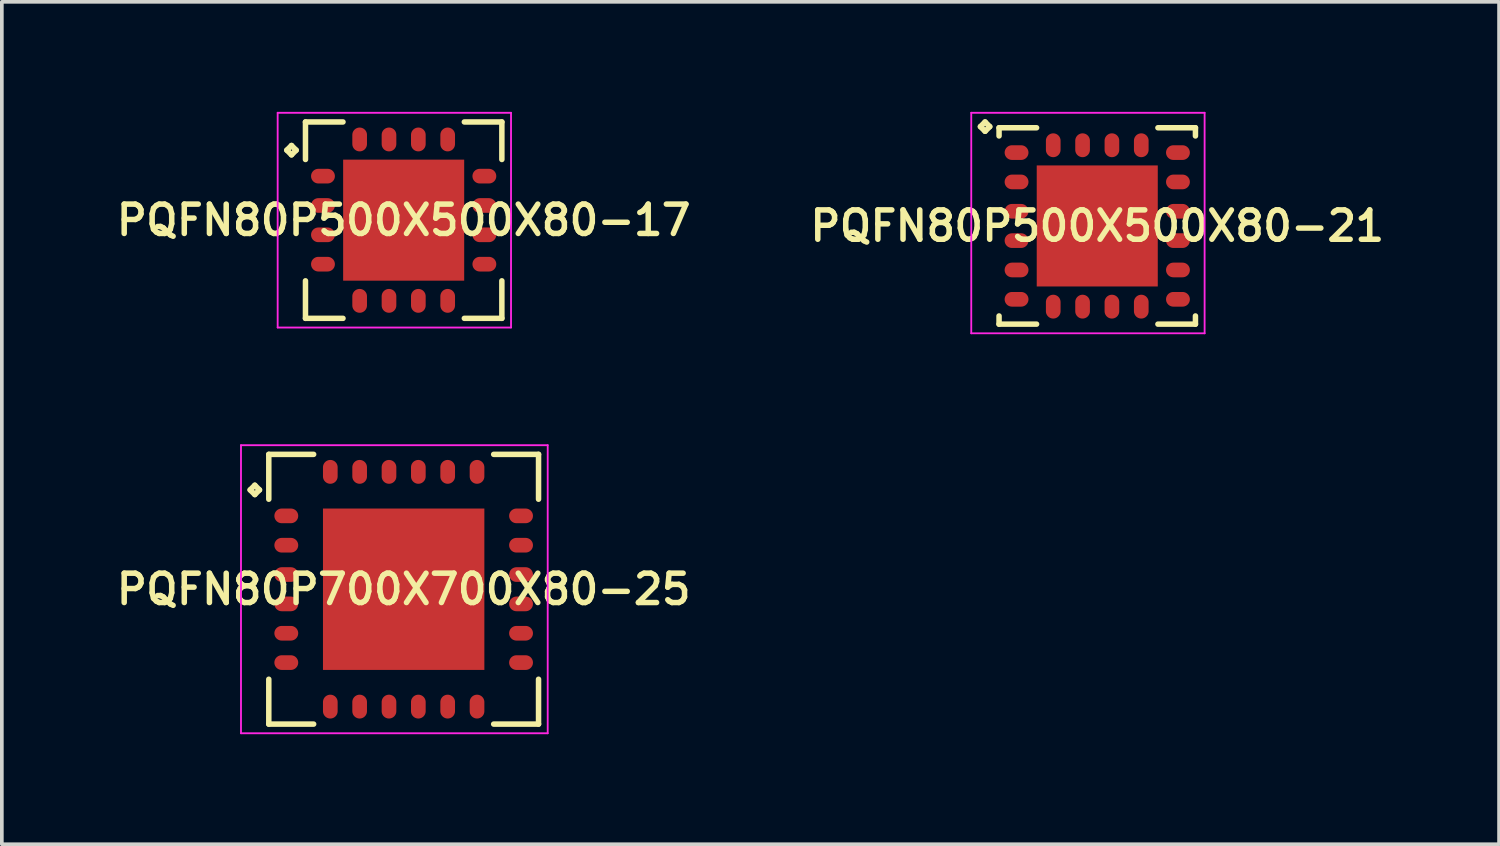
<source format=kicad_pcb>
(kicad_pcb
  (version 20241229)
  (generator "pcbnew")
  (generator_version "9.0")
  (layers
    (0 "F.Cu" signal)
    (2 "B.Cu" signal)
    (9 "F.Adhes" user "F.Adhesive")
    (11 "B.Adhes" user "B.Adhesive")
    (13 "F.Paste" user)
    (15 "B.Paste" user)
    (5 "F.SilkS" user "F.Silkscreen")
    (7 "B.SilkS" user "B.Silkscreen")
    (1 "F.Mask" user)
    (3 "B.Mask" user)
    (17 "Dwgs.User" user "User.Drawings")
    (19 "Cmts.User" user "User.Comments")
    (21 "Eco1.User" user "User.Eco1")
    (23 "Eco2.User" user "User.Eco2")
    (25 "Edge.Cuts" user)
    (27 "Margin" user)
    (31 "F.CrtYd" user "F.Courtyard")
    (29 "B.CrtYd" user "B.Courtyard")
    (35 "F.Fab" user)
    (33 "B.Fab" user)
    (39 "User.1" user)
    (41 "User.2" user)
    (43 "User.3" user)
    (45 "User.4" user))
  (footprint "PQFN80P500X500X80-21"
    (layer "F.Cu")
    (at 26.864 3.11)
    (property "Reference" "PQFN80P500X500X80-21" (at 0 0 0) (layer "F.SilkS") (effects (font (size 0.8 0.8) (thickness 0.15))))
    (attr smd)
    (fp_line (start -3.185 -2.708) (end -3.058 -2.835) (stroke (width 0.15) (type solid)) (layer "F.SilkS"))
    (fp_line (start -3.058 -2.835) (end -2.931 -2.708) (stroke (width 0.15) (type solid)) (layer "F.SilkS"))
    (fp_line (start -3.058 -2.581) (end -3.185 -2.708) (stroke (width 0.15) (type solid)) (layer "F.SilkS"))
    (fp_line (start -2.931 -2.708) (end -3.058 -2.581) (stroke (width 0.15) (type solid)) (layer "F.SilkS"))
    (fp_line (start -2.677 -2.677) (end -1.654 -2.677) (stroke (width 0.15) (type solid)) (layer "F.SilkS"))
    (fp_line (start -2.677 -2.454) (end -2.677 -2.677) (stroke (width 0.15) (type solid)) (layer "F.SilkS"))
    (fp_line (start -2.677 2.454) (end -2.677 2.677) (stroke (width 0.15) (type solid)) (layer "F.SilkS"))
    (fp_line (start -2.677 2.677) (end -1.654 2.677) (stroke (width 0.15) (type solid)) (layer "F.SilkS"))
    (fp_line (start 1.654 -2.677) (end 2.677 -2.677) (stroke (width 0.15) (type solid)) (layer "F.SilkS"))
    (fp_line (start 1.654 2.677) (end 2.677 2.677) (stroke (width 0.15) (type solid)) (layer "F.SilkS"))
    (fp_line (start 2.677 -2.677) (end 2.677 -2.454) (stroke (width 0.15) (type solid)) (layer "F.SilkS"))
    (fp_line (start 2.677 2.677) (end 2.677 2.454) (stroke (width 0.15) (type solid)) (layer "F.SilkS"))
    (fp_line (start -3.435 -3.085) (end 2.927 -3.085) (stroke (width 0.05) (type solid)) (layer "F.CrtYd"))
    (fp_line (start -3.435 2.927) (end -3.435 -3.085) (stroke (width 0.05) (type solid)) (layer "F.CrtYd"))
    (fp_line (start 2.927 -3.085) (end 2.927 2.927) (stroke (width 0.05) (type solid)) (layer "F.CrtYd"))
    (fp_line (start 2.927 2.927) (end -3.435 2.927) (stroke (width 0.05) (type solid)) (layer "F.CrtYd"))
    (pad "1" smd oval (at -2.2 -2) (size 0.65 0.4) (layers "F.Cu" "F.Mask" "F.Paste"))
    (pad "2" smd oval (at -2.2 -1.2) (size 0.65 0.4) (layers "F.Cu" "F.Mask" "F.Paste"))
    (pad "3" smd oval (at -2.2 -0.4) (size 0.65 0.4) (layers "F.Cu" "F.Mask" "F.Paste"))
    (pad "4" smd oval (at -2.2 0.4) (size 0.65 0.4) (layers "F.Cu" "F.Mask" "F.Paste"))
    (pad "5" smd oval (at -2.2 1.2) (size 0.65 0.4) (layers "F.Cu" "F.Mask" "F.Paste"))
    (pad "6" smd oval (at -2.2 2) (size 0.65 0.4) (layers "F.Cu" "F.Mask" "F.Paste"))
    (pad "7" smd oval (at -1.2 2.2) (size 0.4 0.65) (layers "F.Cu" "F.Mask" "F.Paste"))
    (pad "8" smd oval (at -0.4 2.2) (size 0.4 0.65) (layers "F.Cu" "F.Mask" "F.Paste"))
    (pad "9" smd oval (at 0.4 2.2) (size 0.4 0.65) (layers "F.Cu" "F.Mask" "F.Paste"))
    (pad "10" smd oval (at 1.2 2.2) (size 0.4 0.65) (layers "F.Cu" "F.Mask" "F.Paste"))
    (pad "11" smd oval (at 2.2 2) (size 0.65 0.4) (layers "F.Cu" "F.Mask" "F.Paste"))
    (pad "12" smd oval (at 2.2 1.2) (size 0.65 0.4) (layers "F.Cu" "F.Mask" "F.Paste"))
    (pad "13" smd oval (at 2.2 0.4) (size 0.65 0.4) (layers "F.Cu" "F.Mask" "F.Paste"))
    (pad "14" smd oval (at 2.2 -0.4) (size 0.65 0.4) (layers "F.Cu" "F.Mask" "F.Paste"))
    (pad "15" smd oval (at 2.2 -1.2) (size 0.65 0.4) (layers "F.Cu" "F.Mask" "F.Paste"))
    (pad "16" smd oval (at 2.2 -2) (size 0.65 0.4) (layers "F.Cu" "F.Mask" "F.Paste"))
    (pad "17" smd oval (at 1.2 -2.2) (size 0.4 0.65) (layers "F.Cu" "F.Mask" "F.Paste"))
    (pad "18" smd oval (at 0.4 -2.2) (size 0.4 0.65) (layers "F.Cu" "F.Mask" "F.Paste"))
    (pad "19" smd oval (at -0.4 -2.2) (size 0.4 0.65) (layers "F.Cu" "F.Mask" "F.Paste"))
    (pad "20" smd oval (at -1.2 -2.2) (size 0.4 0.65) (layers "F.Cu" "F.Mask" "F.Paste"))
    (pad "21" smd rect (at 0 0) (size 3.3 3.3) (layers "F.Cu" "F.Mask" "F.Paste")))
  (footprint "PQFN80P700X700X80-25"
    (layer "F.Cu")
    (at 7.955 13.014)
    (property "Reference" "PQFN80P700X700X80-25" (at 0 0 0) (layer "F.SilkS") (effects (font (size 0.8 0.8) (thickness 0.15))))
    (attr smd)
    (fp_line (start -4.185 -2.708) (end -4.058 -2.835) (stroke (width 0.15) (type solid)) (layer "F.SilkS"))
    (fp_line (start -4.058 -2.835) (end -3.931 -2.708) (stroke (width 0.15) (type solid)) (layer "F.SilkS"))
    (fp_line (start -4.058 -2.581) (end -4.185 -2.708) (stroke (width 0.15) (type solid)) (layer "F.SilkS"))
    (fp_line (start -3.931 -2.708) (end -4.058 -2.581) (stroke (width 0.15) (type solid)) (layer "F.SilkS"))
    (fp_line (start -3.677 -3.677) (end -2.454 -3.677) (stroke (width 0.15) (type solid)) (layer "F.SilkS"))
    (fp_line (start -3.677 -2.454) (end -3.677 -3.677) (stroke (width 0.15) (type solid)) (layer "F.SilkS"))
    (fp_line (start -3.677 2.454) (end -3.677 3.677) (stroke (width 0.15) (type solid)) (layer "F.SilkS"))
    (fp_line (start -3.677 3.677) (end -2.454 3.677) (stroke (width 0.15) (type solid)) (layer "F.SilkS"))
    (fp_line (start 2.454 -3.677) (end 3.677 -3.677) (stroke (width 0.15) (type solid)) (layer "F.SilkS"))
    (fp_line (start 2.454 3.677) (end 3.677 3.677) (stroke (width 0.15) (type solid)) (layer "F.SilkS"))
    (fp_line (start 3.677 -3.677) (end 3.677 -2.454) (stroke (width 0.15) (type solid)) (layer "F.SilkS"))
    (fp_line (start 3.677 3.677) (end 3.677 2.454) (stroke (width 0.15) (type solid)) (layer "F.SilkS"))
    (fp_line (start -4.435 -3.927) (end 3.927 -3.927) (stroke (width 0.05) (type solid)) (layer "F.CrtYd"))
    (fp_line (start -4.435 3.927) (end -4.435 -3.927) (stroke (width 0.05) (type solid)) (layer "F.CrtYd"))
    (fp_line (start 3.927 -3.927) (end 3.927 3.927) (stroke (width 0.05) (type solid)) (layer "F.CrtYd"))
    (fp_line (start 3.927 3.927) (end -4.435 3.927) (stroke (width 0.05) (type solid)) (layer "F.CrtYd"))
    (pad "1" smd oval (at -3.2 -2) (size 0.65 0.4) (layers "F.Cu" "F.Mask" "F.Paste"))
    (pad "2" smd oval (at -3.2 -1.2) (size 0.65 0.4) (layers "F.Cu" "F.Mask" "F.Paste"))
    (pad "3" smd oval (at -3.2 -0.4) (size 0.65 0.4) (layers "F.Cu" "F.Mask" "F.Paste"))
    (pad "4" smd oval (at -3.2 0.4) (size 0.65 0.4) (layers "F.Cu" "F.Mask" "F.Paste"))
    (pad "5" smd oval (at -3.2 1.2) (size 0.65 0.4) (layers "F.Cu" "F.Mask" "F.Paste"))
    (pad "6" smd oval (at -3.2 2) (size 0.65 0.4) (layers "F.Cu" "F.Mask" "F.Paste"))
    (pad "7" smd oval (at -2 3.2) (size 0.4 0.65) (layers "F.Cu" "F.Mask" "F.Paste"))
    (pad "8" smd oval (at -1.2 3.2) (size 0.4 0.65) (layers "F.Cu" "F.Mask" "F.Paste"))
    (pad "9" smd oval (at -0.4 3.2) (size 0.4 0.65) (layers "F.Cu" "F.Mask" "F.Paste"))
    (pad "10" smd oval (at 0.4 3.2) (size 0.4 0.65) (layers "F.Cu" "F.Mask" "F.Paste"))
    (pad "11" smd oval (at 1.2 3.2) (size 0.4 0.65) (layers "F.Cu" "F.Mask" "F.Paste"))
    (pad "12" smd oval (at 2 3.2) (size 0.4 0.65) (layers "F.Cu" "F.Mask" "F.Paste"))
    (pad "13" smd oval (at 3.2 2) (size 0.65 0.4) (layers "F.Cu" "F.Mask" "F.Paste"))
    (pad "14" smd oval (at 3.2 1.2) (size 0.65 0.4) (layers "F.Cu" "F.Mask" "F.Paste"))
    (pad "15" smd oval (at 3.2 0.4) (size 0.65 0.4) (layers "F.Cu" "F.Mask" "F.Paste"))
    (pad "16" smd oval (at 3.2 -0.4) (size 0.65 0.4) (layers "F.Cu" "F.Mask" "F.Paste"))
    (pad "17" smd oval (at 3.2 -1.2) (size 0.65 0.4) (layers "F.Cu" "F.Mask" "F.Paste"))
    (pad "18" smd oval (at 3.2 -2) (size 0.65 0.4) (layers "F.Cu" "F.Mask" "F.Paste"))
    (pad "19" smd oval (at 2 -3.2) (size 0.4 0.65) (layers "F.Cu" "F.Mask" "F.Paste"))
    (pad "20" smd oval (at 1.2 -3.2) (size 0.4 0.65) (layers "F.Cu" "F.Mask" "F.Paste"))
    (pad "21" smd oval (at 0.4 -3.2) (size 0.4 0.65) (layers "F.Cu" "F.Mask" "F.Paste"))
    (pad "22" smd oval (at -0.4 -3.2) (size 0.4 0.65) (layers "F.Cu" "F.Mask" "F.Paste"))
    (pad "23" smd oval (at -1.2 -3.2) (size 0.4 0.65) (layers "F.Cu" "F.Mask" "F.Paste"))
    (pad "24" smd oval (at -2 -3.2) (size 0.4 0.65) (layers "F.Cu" "F.Mask" "F.Paste"))
    (pad "25" smd rect (at 0 0) (size 4.4 4.4) (layers "F.Cu" "F.Mask" "F.Paste")))
  (footprint "PQFN80P500X500X80-17"
    (layer "F.Cu")
    (at 7.955 2.952)
    (property "Reference" "PQFN80P500X500X80-17" (at 0 0 0) (layer "F.SilkS") (effects (font (size 0.8 0.8) (thickness 0.15))))
    (attr smd)
    (fp_line (start -3.185 -1.908) (end -3.058 -2.035) (stroke (width 0.15) (type solid)) (layer "F.SilkS"))
    (fp_line (start -3.058 -2.035) (end -2.931 -1.908) (stroke (width 0.15) (type solid)) (layer "F.SilkS"))
    (fp_line (start -3.058 -1.781) (end -3.185 -1.908) (stroke (width 0.15) (type solid)) (layer "F.SilkS"))
    (fp_line (start -2.931 -1.908) (end -3.058 -1.781) (stroke (width 0.15) (type solid)) (layer "F.SilkS"))
    (fp_line (start -2.677 -2.677) (end -1.654 -2.677) (stroke (width 0.15) (type solid)) (layer "F.SilkS"))
    (fp_line (start -2.677 -1.654) (end -2.677 -2.677) (stroke (width 0.15) (type solid)) (layer "F.SilkS"))
    (fp_line (start -2.677 1.654) (end -2.677 2.677) (stroke (width 0.15) (type solid)) (layer "F.SilkS"))
    (fp_line (start -2.677 2.677) (end -1.654 2.677) (stroke (width 0.15) (type solid)) (layer "F.SilkS"))
    (fp_line (start 1.654 -2.677) (end 2.677 -2.677) (stroke (width 0.15) (type solid)) (layer "F.SilkS"))
    (fp_line (start 1.654 2.677) (end 2.677 2.677) (stroke (width 0.15) (type solid)) (layer "F.SilkS"))
    (fp_line (start 2.677 -2.677) (end 2.677 -1.654) (stroke (width 0.15) (type solid)) (layer "F.SilkS"))
    (fp_line (start 2.677 2.677) (end 2.677 1.654) (stroke (width 0.15) (type solid)) (layer "F.SilkS"))
    (fp_line (start -3.435 -2.927) (end 2.927 -2.927) (stroke (width 0.05) (type solid)) (layer "F.CrtYd"))
    (fp_line (start -3.435 2.927) (end -3.435 -2.927) (stroke (width 0.05) (type solid)) (layer "F.CrtYd"))
    (fp_line (start 2.927 -2.927) (end 2.927 2.927) (stroke (width 0.05) (type solid)) (layer "F.CrtYd"))
    (fp_line (start 2.927 2.927) (end -3.435 2.927) (stroke (width 0.05) (type solid)) (layer "F.CrtYd"))
    (pad "1" smd oval (at -2.2 -1.2) (size 0.65 0.4) (layers "F.Cu" "F.Mask" "F.Paste"))
    (pad "2" smd oval (at -2.2 -0.4) (size 0.65 0.4) (layers "F.Cu" "F.Mask" "F.Paste"))
    (pad "3" smd oval (at -2.2 0.4) (size 0.65 0.4) (layers "F.Cu" "F.Mask" "F.Paste"))
    (pad "4" smd oval (at -2.2 1.2) (size 0.65 0.4) (layers "F.Cu" "F.Mask" "F.Paste"))
    (pad "5" smd oval (at -1.2 2.2) (size 0.4 0.65) (layers "F.Cu" "F.Mask" "F.Paste"))
    (pad "6" smd oval (at -0.4 2.2) (size 0.4 0.65) (layers "F.Cu" "F.Mask" "F.Paste"))
    (pad "7" smd oval (at 0.4 2.2) (size 0.4 0.65) (layers "F.Cu" "F.Mask" "F.Paste"))
    (pad "8" smd oval (at 1.2 2.2) (size 0.4 0.65) (layers "F.Cu" "F.Mask" "F.Paste"))
    (pad "9" smd oval (at 2.2 1.2) (size 0.65 0.4) (layers "F.Cu" "F.Mask" "F.Paste"))
    (pad "10" smd oval (at 2.2 0.4) (size 0.65 0.4) (layers "F.Cu" "F.Mask" "F.Paste"))
    (pad "11" smd oval (at 2.2 -0.4) (size 0.65 0.4) (layers "F.Cu" "F.Mask" "F.Paste"))
    (pad "12" smd oval (at 2.2 -1.2) (size 0.65 0.4) (layers "F.Cu" "F.Mask" "F.Paste"))
    (pad "13" smd oval (at 1.2 -2.2) (size 0.4 0.65) (layers "F.Cu" "F.Mask" "F.Paste"))
    (pad "14" smd oval (at 0.4 -2.2) (size 0.4 0.65) (layers "F.Cu" "F.Mask" "F.Paste"))
    (pad "15" smd oval (at -0.4 -2.2) (size 0.4 0.65) (layers "F.Cu" "F.Mask" "F.Paste"))
    (pad "16" smd oval (at -1.2 -2.2) (size 0.4 0.65) (layers "F.Cu" "F.Mask" "F.Paste"))
    (pad "17" smd rect (at 0 0) (size 3.3 3.3) (layers "F.Cu" "F.Mask" "F.Paste")))
  (gr_rect
    (start -3 -3)
    (end 37.818 19.966)
    (stroke (width 0.1) (type default))
    (fill no)
    (layer "Edge.Cuts")))
</source>
